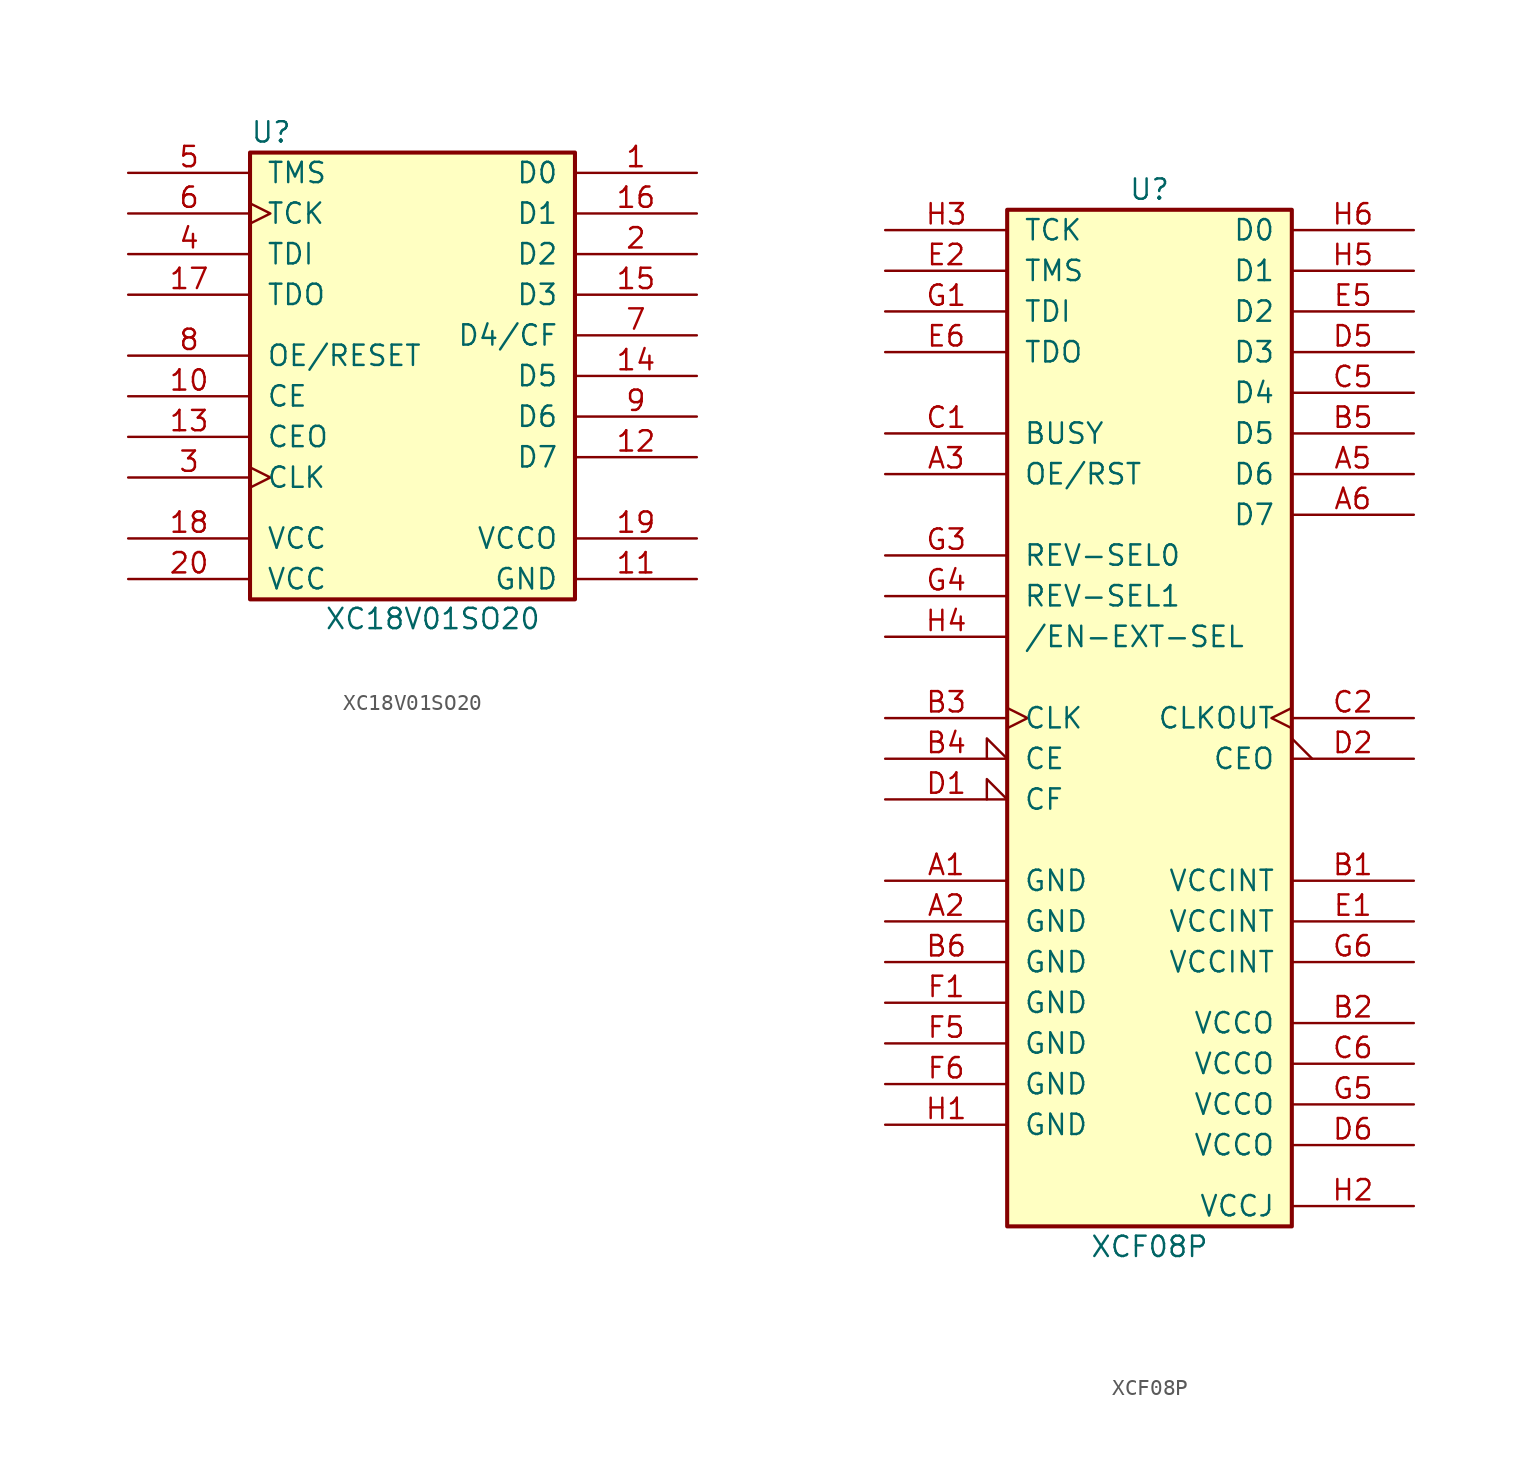
<source format=kicad_sym>
(kicad_symbol_lib
  (version 20201005)
  (generator kicad_symbol_editor)
  (symbol "Memory_ROM:XC18V01SO20"
    (pin_names
      (offset 1.016))
    (property "Reference" "U"
      (at -8.839 15.24 0)
      (effects (font (size 1.27 1.27))))
    (property "Value" "XC18V01SO20"
      (at 1.27 -15.189 0)
      (effects (font (size 1.27 1.27))))
    (symbol "XC18V01SO20_0_1"
      (rectangle (start -10.16 12.7) (end -10.16 12.7) (stroke (width 0)) (fill (type none)))
      (rectangle (start -10.16 13.97) (end 10.16 -13.97) (stroke (width 0.254)) (fill (type background))))
    (symbol "XC18V01SO20_1_1"
      (pin output line (at 17.78 12.7 180) (length 7.62) (name "D0" (effects (font (size 1.27 1.27)))) (number "1" (effects (font (size 1.27 1.27)))))
      (pin input line (at -17.78 -1.27 0) (length 7.62) (name "CE" (effects (font (size 1.27 1.27)))) (number "10" (effects (font (size 1.27 1.27)))))
      (pin power_in line (at 17.78 -12.7 180) (length 7.62) (name "GND" (effects (font (size 1.27 1.27)))) (number "11" (effects (font (size 1.27 1.27)))))
      (pin output line (at 17.78 -5.08 180) (length 7.62) (name "D7" (effects (font (size 1.27 1.27)))) (number "12" (effects (font (size 1.27 1.27)))))
      (pin output line (at -17.78 -3.81 0) (length 7.62) (name "CEO" (effects (font (size 1.27 1.27)))) (number "13" (effects (font (size 1.27 1.27)))))
      (pin output line (at 17.78 0 180) (length 7.62) (name "D5" (effects (font (size 1.27 1.27)))) (number "14" (effects (font (size 1.27 1.27)))))
      (pin output line (at 17.78 5.08 180) (length 7.62) (name "D3" (effects (font (size 1.27 1.27)))) (number "15" (effects (font (size 1.27 1.27)))))
      (pin output line (at 17.78 10.16 180) (length 7.62) (name "D1" (effects (font (size 1.27 1.27)))) (number "16" (effects (font (size 1.27 1.27)))))
      (pin open_collector line (at -17.78 5.08 0) (length 7.62) (name "TDO" (effects (font (size 1.27 1.27)))) (number "17" (effects (font (size 1.27 1.27)))))
      (pin power_in line (at -17.78 -10.16 0) (length 7.62) (name "VCC" (effects (font (size 1.27 1.27)))) (number "18" (effects (font (size 1.27 1.27)))))
      (pin power_in line (at 17.78 -10.16 180) (length 7.62) (name "VCCO" (effects (font (size 1.27 1.27)))) (number "19" (effects (font (size 1.27 1.27)))))
      (pin output line (at 17.78 7.62 180) (length 7.62) (name "D2" (effects (font (size 1.27 1.27)))) (number "2" (effects (font (size 1.27 1.27)))))
      (pin power_in line (at -17.78 -12.7 0) (length 7.62) (name "VCC" (effects (font (size 1.27 1.27)))) (number "20" (effects (font (size 1.27 1.27)))))
      (pin input clock (at -17.78 -6.35 0) (length 7.62) (name "CLK" (effects (font (size 1.27 1.27)))) (number "3" (effects (font (size 1.27 1.27)))))
      (pin input line (at -17.78 7.62 0) (length 7.62) (name "TDI" (effects (font (size 1.27 1.27)))) (number "4" (effects (font (size 1.27 1.27)))))
      (pin input line (at -17.78 12.7 0) (length 7.62) (name "TMS" (effects (font (size 1.27 1.27)))) (number "5" (effects (font (size 1.27 1.27)))))
      (pin input clock (at -17.78 10.16 0) (length 7.62) (name "TCK" (effects (font (size 1.27 1.27)))) (number "6" (effects (font (size 1.27 1.27)))))
      (pin open_collector line (at 17.78 2.54 180) (length 7.62) (name "D4/CF" (effects (font (size 1.27 1.27)))) (number "7" (effects (font (size 1.27 1.27)))))
      (pin input line (at -17.78 1.27 0) (length 7.62) (name "OE/RESET" (effects (font (size 1.27 1.27)))) (number "8" (effects (font (size 1.27 1.27)))))
      (pin output line (at 17.78 -2.54 180) (length 7.62) (name "D6" (effects (font (size 1.27 1.27)))) (number "9" (effects (font (size 1.27 1.27)))))))
  (symbol "Memory_ROM:XCF08P"
    (pin_names
      (offset 1.016))
    (property "Reference" "U"
      (at 0 33.02 0)
      (effects (font (size 1.27 1.27))))
    (property "Value" "XCF08P"
      (at 0 -33.02 0)
      (effects (font (size 1.27 1.27))))
    (symbol "XCF08P_0_1"
      (rectangle (start -8.89 31.75) (end 8.89 -31.75) (stroke (width 0.254)) (fill (type background))))
    (symbol "XCF08P_1_1"
      (pin power_in line (at -16.51 -10.16 0) (length 7.62) (name "GND" (effects (font (size 1.27 1.27)))) (number "A1" (effects (font (size 1.27 1.27)))))
      (pin power_in line (at -16.51 -12.7 0) (length 7.62) (name "GND" (effects (font (size 1.27 1.27)))) (number "A2" (effects (font (size 1.27 1.27)))))
      (pin input line (at -16.51 15.24 0) (length 7.62) (name "OE/RST" (effects (font (size 1.27 1.27)))) (number "A3" (effects (font (size 1.27 1.27)))))
      (pin tri_state line (at 16.51 15.24 180) (length 7.62) (name "D6" (effects (font (size 1.27 1.27)))) (number "A5" (effects (font (size 1.27 1.27)))))
      (pin tri_state line (at 16.51 12.7 180) (length 7.62) (name "D7" (effects (font (size 1.27 1.27)))) (number "A6" (effects (font (size 1.27 1.27)))))
      (pin power_in line (at 16.51 -10.16 180) (length 7.62) (name "VCCINT" (effects (font (size 1.27 1.27)))) (number "B1" (effects (font (size 1.27 1.27)))))
      (pin power_in line (at 16.51 -19.05 180) (length 7.62) (name "VCCO" (effects (font (size 1.27 1.27)))) (number "B2" (effects (font (size 1.27 1.27)))))
      (pin input clock (at -16.51 0 0) (length 7.62) (name "CLK" (effects (font (size 1.27 1.27)))) (number "B3" (effects (font (size 1.27 1.27)))))
      (pin input input_low (at -16.51 -2.54 0) (length 7.62) (name "CE" (effects (font (size 1.27 1.27)))) (number "B4" (effects (font (size 1.27 1.27)))))
      (pin tri_state line (at 16.51 17.78 180) (length 7.62) (name "D5" (effects (font (size 1.27 1.27)))) (number "B5" (effects (font (size 1.27 1.27)))))
      (pin power_in line (at -16.51 -15.24 0) (length 7.62) (name "GND" (effects (font (size 1.27 1.27)))) (number "B6" (effects (font (size 1.27 1.27)))))
      (pin input line (at -16.51 17.78 0) (length 7.62) (name "BUSY" (effects (font (size 1.27 1.27)))) (number "C1" (effects (font (size 1.27 1.27)))))
      (pin output clock (at 16.51 0 180) (length 7.62) (name "CLKOUT" (effects (font (size 1.27 1.27)))) (number "C2" (effects (font (size 1.27 1.27)))))
      (pin tri_state line (at 16.51 20.32 180) (length 7.62) (name "D4" (effects (font (size 1.27 1.27)))) (number "C5" (effects (font (size 1.27 1.27)))))
      (pin power_in line (at 16.51 -21.59 180) (length 7.62) (name "VCCO" (effects (font (size 1.27 1.27)))) (number "C6" (effects (font (size 1.27 1.27)))))
      (pin bidirectional input_low (at -16.51 -5.08 0) (length 7.62) (name "CF" (effects (font (size 1.27 1.27)))) (number "D1" (effects (font (size 1.27 1.27)))))
      (pin output output_low (at 16.51 -2.54 180) (length 7.62) (name "CEO" (effects (font (size 1.27 1.27)))) (number "D2" (effects (font (size 1.27 1.27)))))
      (pin tri_state line (at 16.51 22.86 180) (length 7.62) (name "D3" (effects (font (size 1.27 1.27)))) (number "D5" (effects (font (size 1.27 1.27)))))
      (pin power_in line (at 16.51 -26.67 180) (length 7.62) (name "VCCO" (effects (font (size 1.27 1.27)))) (number "D6" (effects (font (size 1.27 1.27)))))
      (pin power_in line (at 16.51 -12.7 180) (length 7.62) (name "VCCINT" (effects (font (size 1.27 1.27)))) (number "E1" (effects (font (size 1.27 1.27)))))
      (pin input line (at -16.51 27.94 0) (length 7.62) (name "TMS" (effects (font (size 1.27 1.27)))) (number "E2" (effects (font (size 1.27 1.27)))))
      (pin tri_state line (at 16.51 25.4 180) (length 7.62) (name "D2" (effects (font (size 1.27 1.27)))) (number "E5" (effects (font (size 1.27 1.27)))))
      (pin output line (at -16.51 22.86 0) (length 7.62) (name "TDO" (effects (font (size 1.27 1.27)))) (number "E6" (effects (font (size 1.27 1.27)))))
      (pin power_in line (at -16.51 -17.78 0) (length 7.62) (name "GND" (effects (font (size 1.27 1.27)))) (number "F1" (effects (font (size 1.27 1.27)))))
      (pin power_in line (at -16.51 -20.32 0) (length 7.62) (name "GND" (effects (font (size 1.27 1.27)))) (number "F5" (effects (font (size 1.27 1.27)))))
      (pin power_in line (at -16.51 -22.86 0) (length 7.62) (name "GND" (effects (font (size 1.27 1.27)))) (number "F6" (effects (font (size 1.27 1.27)))))
      (pin input line (at -16.51 25.4 0) (length 7.62) (name "TDI" (effects (font (size 1.27 1.27)))) (number "G1" (effects (font (size 1.27 1.27)))))
      (pin input line (at -16.51 10.16 0) (length 7.62) (name "REV-SEL0" (effects (font (size 1.27 1.27)))) (number "G3" (effects (font (size 1.27 1.27)))))
      (pin input line (at -16.51 7.62 0) (length 7.62) (name "REV-SEL1" (effects (font (size 1.27 1.27)))) (number "G4" (effects (font (size 1.27 1.27)))))
      (pin power_in line (at 16.51 -24.13 180) (length 7.62) (name "VCCO" (effects (font (size 1.27 1.27)))) (number "G5" (effects (font (size 1.27 1.27)))))
      (pin power_in line (at 16.51 -15.24 180) (length 7.62) (name "VCCINT" (effects (font (size 1.27 1.27)))) (number "G6" (effects (font (size 1.27 1.27)))))
      (pin power_in line (at -16.51 -25.4 0) (length 7.62) (name "GND" (effects (font (size 1.27 1.27)))) (number "H1" (effects (font (size 1.27 1.27)))))
      (pin power_in line (at 16.51 -30.48 180) (length 7.62) (name "VCCJ" (effects (font (size 1.27 1.27)))) (number "H2" (effects (font (size 1.27 1.27)))))
      (pin input line (at -16.51 30.48 0) (length 7.62) (name "TCK" (effects (font (size 1.27 1.27)))) (number "H3" (effects (font (size 1.27 1.27)))))
      (pin input line (at -16.51 5.08 0) (length 7.62) (name "/EN-EXT-SEL" (effects (font (size 1.27 1.27)))) (number "H4" (effects (font (size 1.27 1.27)))))
      (pin tri_state line (at 16.51 27.94 180) (length 7.62) (name "D1" (effects (font (size 1.27 1.27)))) (number "H5" (effects (font (size 1.27 1.27)))))
      (pin tri_state line (at 16.51 30.48 180) (length 7.62) (name "D0" (effects (font (size 1.27 1.27)))) (number "H6" (effects (font (size 1.27 1.27))))))))
</source>
